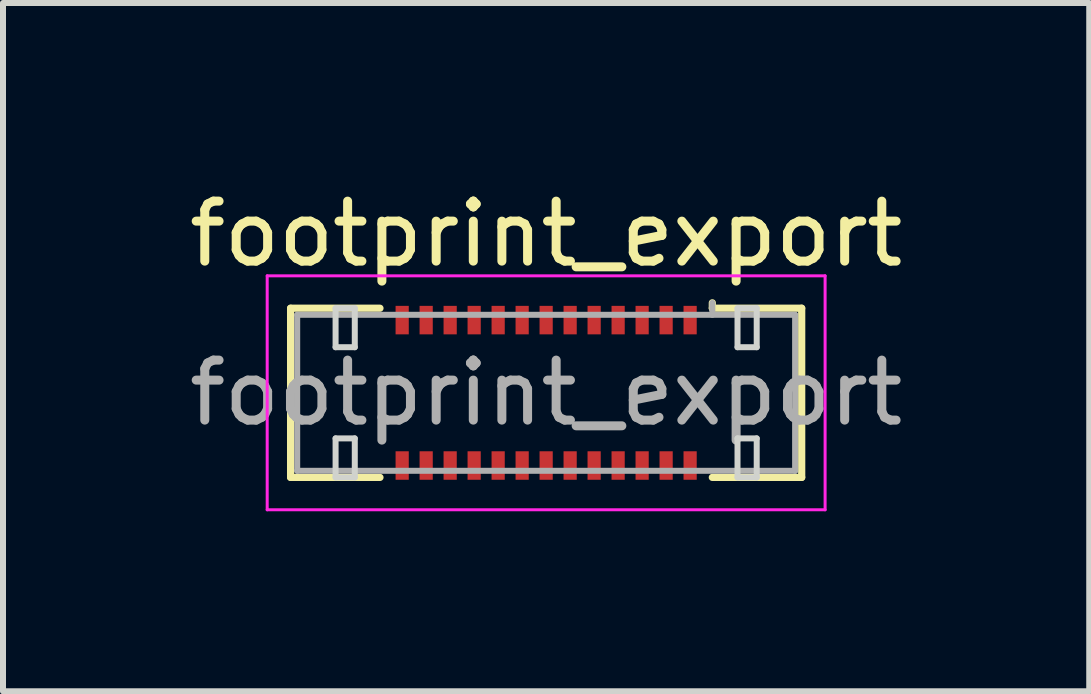
<source format=kicad_pcb>
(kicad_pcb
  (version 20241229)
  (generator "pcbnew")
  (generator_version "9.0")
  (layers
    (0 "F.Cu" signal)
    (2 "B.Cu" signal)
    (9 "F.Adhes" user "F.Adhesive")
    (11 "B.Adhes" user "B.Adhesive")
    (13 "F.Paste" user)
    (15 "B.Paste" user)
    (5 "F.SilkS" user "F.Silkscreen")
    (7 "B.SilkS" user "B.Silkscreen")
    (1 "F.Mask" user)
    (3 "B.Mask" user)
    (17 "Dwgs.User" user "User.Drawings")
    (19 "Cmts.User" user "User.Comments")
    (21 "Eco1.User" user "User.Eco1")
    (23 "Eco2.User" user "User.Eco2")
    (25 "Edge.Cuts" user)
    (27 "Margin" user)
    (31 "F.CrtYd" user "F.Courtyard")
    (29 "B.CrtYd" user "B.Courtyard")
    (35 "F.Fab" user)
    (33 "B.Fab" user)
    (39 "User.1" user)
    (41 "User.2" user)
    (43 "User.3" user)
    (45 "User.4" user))
  (footprint "footprint_export"
    (layer "F.Cu")
    (at 6.054 3.498)
    (property "Reference" "footprint_export" (at 0 -2.65 0) (layer "F.SilkS") (effects (font (size 1 1) (thickness 0.15))))
    (attr smd)
    (fp_line (start -4.26 -1.41) (end -2.77 -1.41) (stroke (width 0.12) (type solid)) (layer "F.SilkS"))
    (fp_line (start -4.26 1.41) (end -4.26 -1.41) (stroke (width 0.12) (type solid)) (layer "F.SilkS"))
    (fp_line (start -2.77 1.41) (end -4.26 1.41) (stroke (width 0.12) (type solid)) (layer "F.SilkS"))
    (fp_line (start 2.77 -1.41) (end 2.77 -1.5) (stroke (width 0.12) (type solid)) (layer "F.SilkS"))
    (fp_line (start 2.77 1.41) (end 4.26 1.41) (stroke (width 0.12) (type solid)) (layer "F.SilkS"))
    (fp_line (start 4.26 -1.41) (end 2.77 -1.41) (stroke (width 0.12) (type solid)) (layer "F.SilkS"))
    (fp_line (start 4.26 1.41) (end 4.26 -1.41) (stroke (width 0.12) (type solid)) (layer "F.SilkS"))
    (fp_line (start -3.51 -1.41) (end -3.51 -0.76) (stroke (width 0.1) (type solid)) (layer "Edge.Cuts"))
    (fp_line (start -3.51 -0.76) (end -3.19 -0.76) (stroke (width 0.1) (type solid)) (layer "Edge.Cuts"))
    (fp_line (start -3.51 0.76) (end -3.51 1.41) (stroke (width 0.1) (type solid)) (layer "Edge.Cuts"))
    (fp_line (start -3.51 1.41) (end -3.19 1.41) (stroke (width 0.1) (type solid)) (layer "Edge.Cuts"))
    (fp_line (start -3.19 -1.41) (end -3.51 -1.41) (stroke (width 0.1) (type solid)) (layer "Edge.Cuts"))
    (fp_line (start -3.19 -0.76) (end -3.19 -1.41) (stroke (width 0.1) (type solid)) (layer "Edge.Cuts"))
    (fp_line (start -3.19 0.76) (end -3.51 0.76) (stroke (width 0.1) (type solid)) (layer "Edge.Cuts"))
    (fp_line (start -3.19 1.41) (end -3.19 0.76) (stroke (width 0.1) (type solid)) (layer "Edge.Cuts"))
    (fp_line (start 3.19 -1.41) (end 3.19 -0.76) (stroke (width 0.1) (type solid)) (layer "Edge.Cuts"))
    (fp_line (start 3.19 -0.76) (end 3.51 -0.76) (stroke (width 0.1) (type solid)) (layer "Edge.Cuts"))
    (fp_line (start 3.19 0.76) (end 3.19 1.41) (stroke (width 0.1) (type solid)) (layer "Edge.Cuts"))
    (fp_line (start 3.19 1.41) (end 3.51 1.41) (stroke (width 0.1) (type solid)) (layer "Edge.Cuts"))
    (fp_line (start 3.51 -1.41) (end 3.19 -1.41) (stroke (width 0.1) (type solid)) (layer "Edge.Cuts"))
    (fp_line (start 3.51 -0.76) (end 3.51 -1.41) (stroke (width 0.1) (type solid)) (layer "Edge.Cuts"))
    (fp_line (start 3.51 0.76) (end 3.19 0.76) (stroke (width 0.1) (type solid)) (layer "Edge.Cuts"))
    (fp_line (start 3.51 1.41) (end 3.51 0.76) (stroke (width 0.1) (type solid)) (layer "Edge.Cuts"))
    (fp_line (start -4.65 -1.95) (end -4.65 1.95) (stroke (width 0.05) (type solid)) (layer "F.CrtYd"))
    (fp_line (start -4.65 1.95) (end 4.65 1.95) (stroke (width 0.05) (type solid)) (layer "F.CrtYd"))
    (fp_line (start 4.65 -1.95) (end -4.65 -1.95) (stroke (width 0.05) (type solid)) (layer "F.CrtYd"))
    (fp_line (start 4.65 1.95) (end 4.65 -1.95) (stroke (width 0.05) (type solid)) (layer "F.CrtYd"))
    (fp_line (start -4.15 -1.3) (end -4.15 1.3) (stroke (width 0.1) (type solid)) (layer "F.Fab"))
    (fp_line (start -4.15 1.3) (end 4.15 1.3) (stroke (width 0.1) (type solid)) (layer "F.Fab"))
    (fp_line (start 2.77 -1.3) (end 2.77 -1.5) (stroke (width 0.1) (type solid)) (layer "F.Fab"))
    (fp_line (start 4.15 -1.3) (end -4.15 -1.3) (stroke (width 0.1) (type solid)) (layer "F.Fab"))
    (fp_line (start 4.15 1.3) (end 4.15 -1.3) (stroke (width 0.1) (type solid)) (layer "F.Fab"))
    (fp_text user "${REFERENCE}" (at 0 0 0) (layer "F.Fab") (effects (font (size 1 1) (thickness 0.15))))
    (pad "1" smd rect (at 2.4 -1.212) (size 0.22 0.475) (layers "F.Cu" "F.Mask" "F.Paste"))
    (pad "2" smd rect (at 2.4 1.212) (size 0.22 0.475) (layers "F.Cu" "F.Mask" "F.Paste"))
    (pad "3" smd rect (at 2 -1.212) (size 0.22 0.475) (layers "F.Cu" "F.Mask" "F.Paste"))
    (pad "4" smd rect (at 2 1.212) (size 0.22 0.475) (layers "F.Cu" "F.Mask" "F.Paste"))
    (pad "5" smd rect (at 1.6 -1.212) (size 0.22 0.475) (layers "F.Cu" "F.Mask" "F.Paste"))
    (pad "6" smd rect (at 1.6 1.212) (size 0.22 0.475) (layers "F.Cu" "F.Mask" "F.Paste"))
    (pad "7" smd rect (at 1.2 -1.212) (size 0.22 0.475) (layers "F.Cu" "F.Mask" "F.Paste"))
    (pad "8" smd rect (at 1.2 1.212) (size 0.22 0.475) (layers "F.Cu" "F.Mask" "F.Paste"))
    (pad "9" smd rect (at 0.8 -1.212) (size 0.22 0.475) (layers "F.Cu" "F.Mask" "F.Paste"))
    (pad "10" smd rect (at 0.8 1.212) (size 0.22 0.475) (layers "F.Cu" "F.Mask" "F.Paste"))
    (pad "11" smd rect (at 0.4 -1.212) (size 0.22 0.475) (layers "F.Cu" "F.Mask" "F.Paste"))
    (pad "12" smd rect (at 0.4 1.212) (size 0.22 0.475) (layers "F.Cu" "F.Mask" "F.Paste"))
    (pad "13" smd rect (at 0 -1.212) (size 0.22 0.475) (layers "F.Cu" "F.Mask" "F.Paste"))
    (pad "14" smd rect (at 0 1.212) (size 0.22 0.475) (layers "F.Cu" "F.Mask" "F.Paste"))
    (pad "15" smd rect (at -0.4 -1.212) (size 0.22 0.475) (layers "F.Cu" "F.Mask" "F.Paste"))
    (pad "16" smd rect (at -0.4 1.212) (size 0.22 0.475) (layers "F.Cu" "F.Mask" "F.Paste"))
    (pad "17" smd rect (at -0.8 -1.212) (size 0.22 0.475) (layers "F.Cu" "F.Mask" "F.Paste"))
    (pad "18" smd rect (at -0.8 1.212) (size 0.22 0.475) (layers "F.Cu" "F.Mask" "F.Paste"))
    (pad "19" smd rect (at -1.2 -1.212) (size 0.22 0.475) (layers "F.Cu" "F.Mask" "F.Paste"))
    (pad "20" smd rect (at -1.2 1.212) (size 0.22 0.475) (layers "F.Cu" "F.Mask" "F.Paste"))
    (pad "21" smd rect (at -1.6 -1.212) (size 0.22 0.475) (layers "F.Cu" "F.Mask" "F.Paste"))
    (pad "22" smd rect (at -1.6 1.212) (size 0.22 0.475) (layers "F.Cu" "F.Mask" "F.Paste"))
    (pad "23" smd rect (at -2 -1.212) (size 0.22 0.475) (layers "F.Cu" "F.Mask" "F.Paste"))
    (pad "24" smd rect (at -2 1.212) (size 0.22 0.475) (layers "F.Cu" "F.Mask" "F.Paste"))
    (pad "25" smd rect (at -2.4 -1.212) (size 0.22 0.475) (layers "F.Cu" "F.Mask" "F.Paste"))
    (pad "26" smd rect (at -2.4 1.212) (size 0.22 0.475) (layers "F.Cu" "F.Mask" "F.Paste")))
  (gr_rect
    (start -3 -3)
    (end 15.107 8.473)
    (stroke (width 0.1) (type default))
    (fill no)
    (layer "Edge.Cuts")))
</source>
